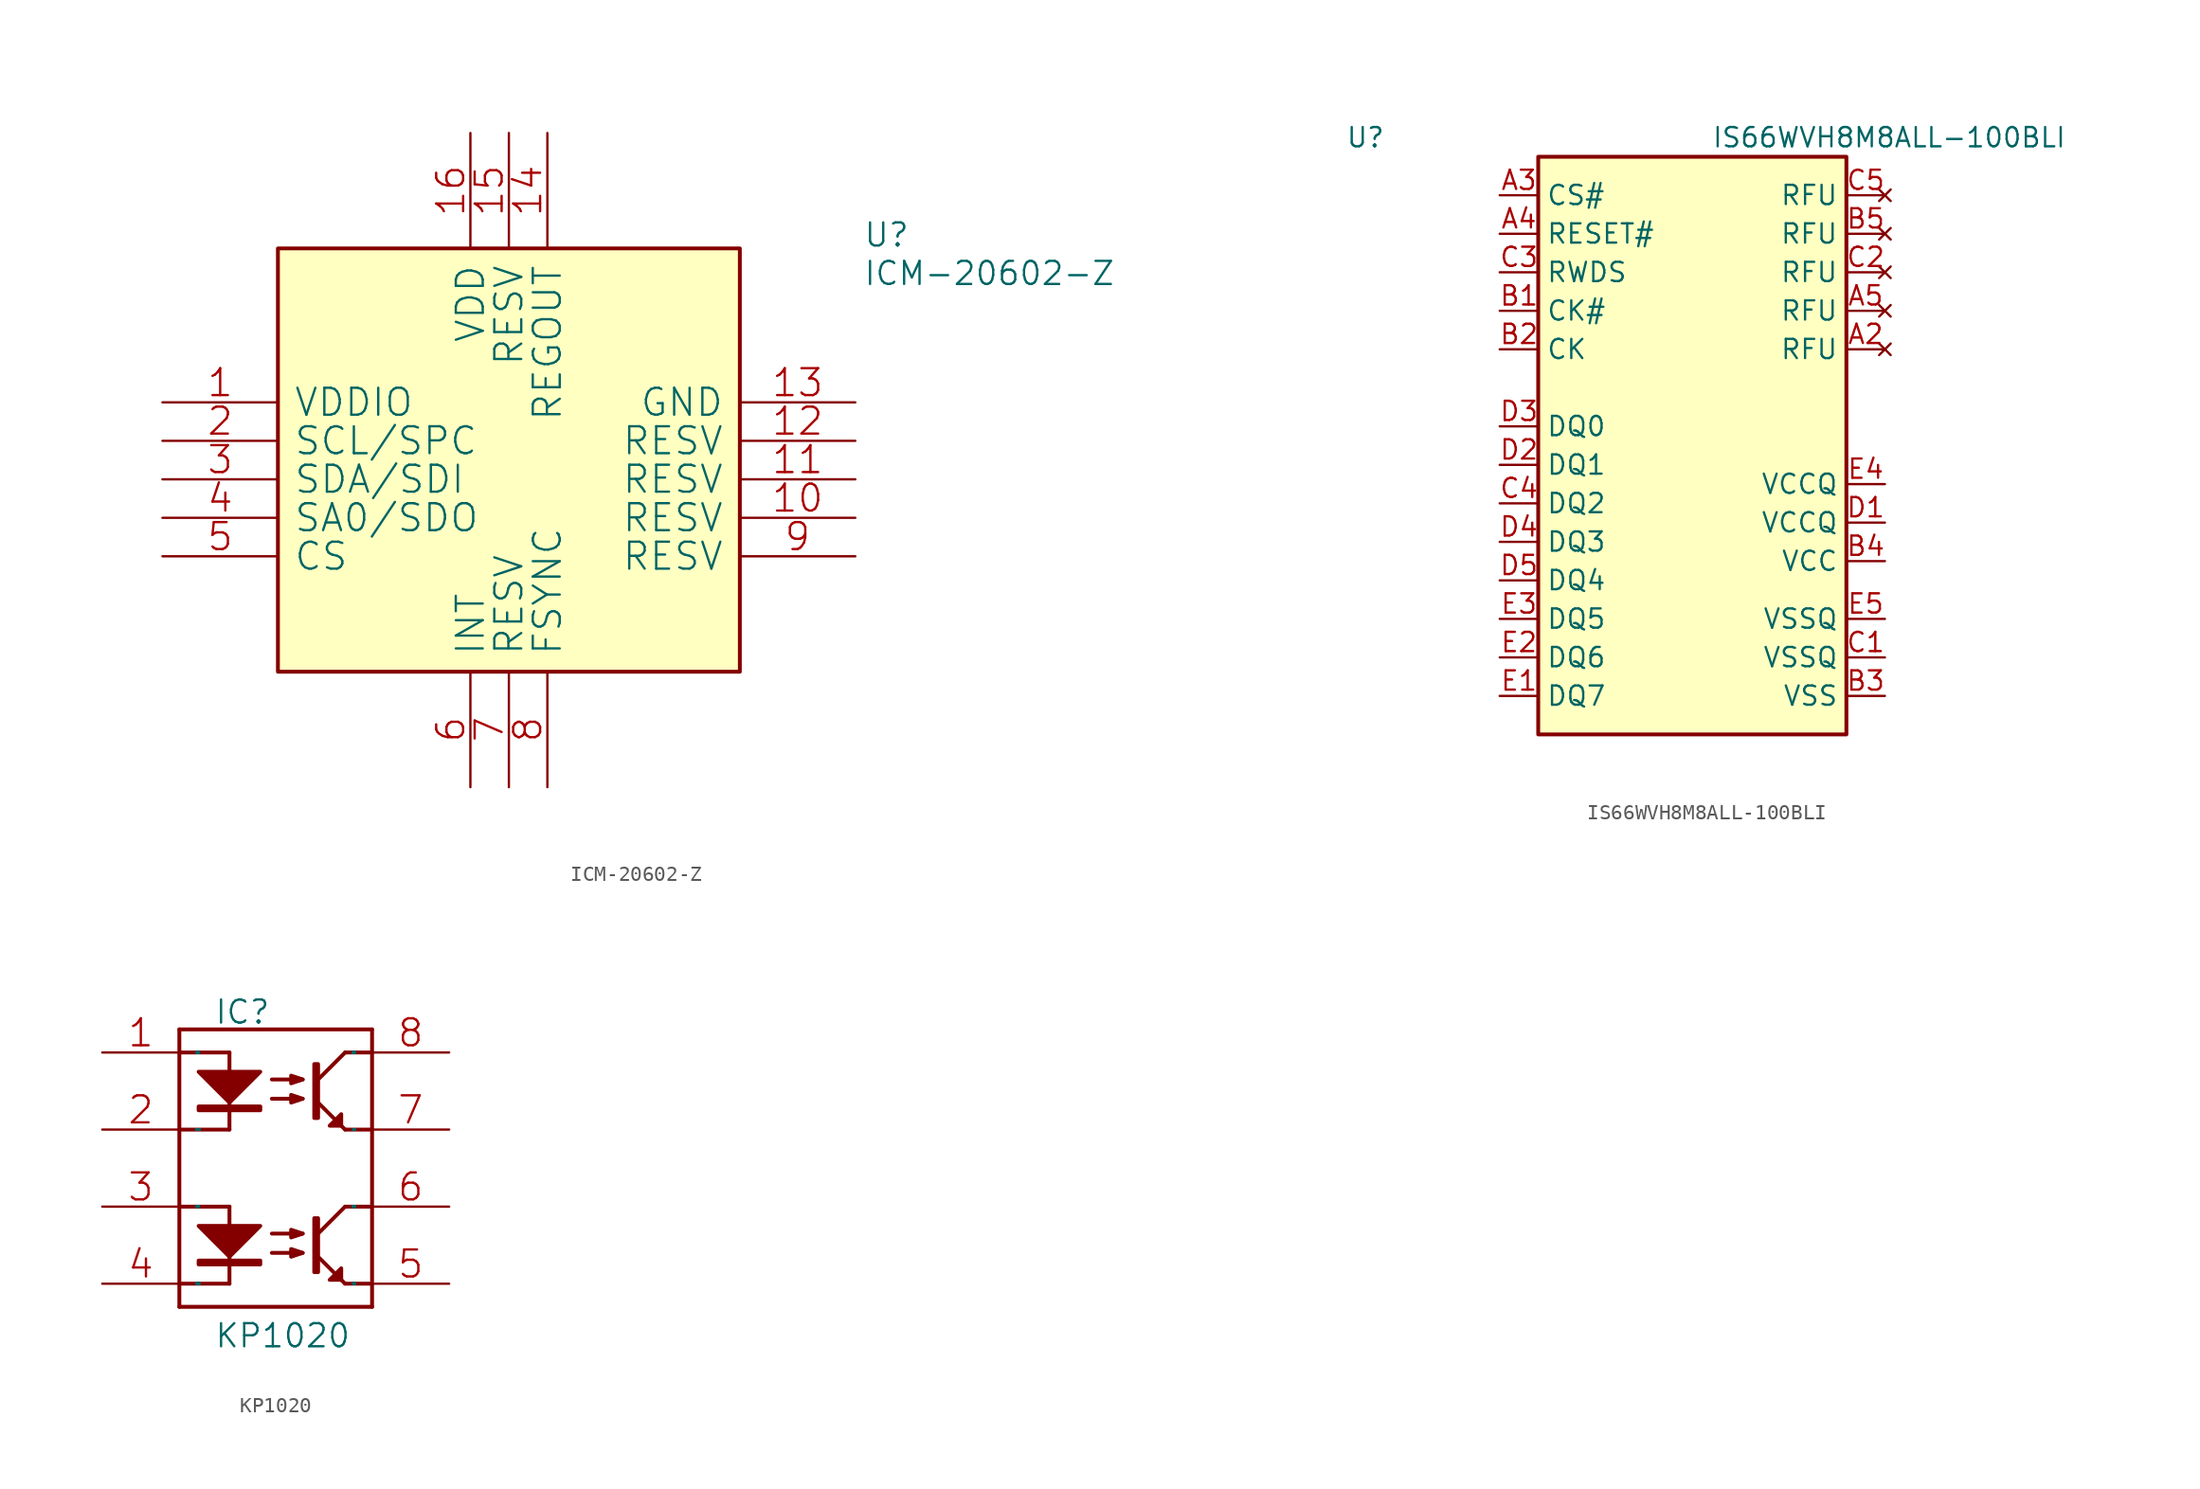
<source format=kicad_sym>
(kicad_symbol_lib
  (version 20201005)
  (generator kicad_symbol_editor)
  (symbol "mSchLibrary:ICM-20602-Z"
    (pin_names
      (offset 1.016))
    (property "Reference" "U"
      (at 20.828 12.7 0)
      (effects (font (size 1.524 1.524)) (justify left bottom)))
    (property "Value" "ICM-20602-Z"
      (at 20.828 10.16 0)
      (effects (font (size 1.524 1.524)) (justify left bottom)))
    (property "Footprint" ""
      (at 0 0 0)
      (effects (font (size 1.524 1.524))))
    (property "Datasheet" ""
      (at 0 0 0)
      (effects (font (size 1.524 1.524))))
    (symbol "ICM-20602-Z_0_1"
      (rectangle (start -17.78 -15.24) (end 12.7 12.7) (stroke (width 0.254)) (fill (type background)))
      (pin passive line (at -25.4 2.54 0) (length 7.62) (name "VDDIO" (effects (font (size 1.778 1.778)))) (number "1" (effects (font (size 1.778 1.778)))))
      (pin passive line (at 20.32 -5.08 180) (length 7.62) (name "RESV" (effects (font (size 1.778 1.778)))) (number "10" (effects (font (size 1.778 1.778)))))
      (pin passive line (at 20.32 -2.54 180) (length 7.62) (name "RESV" (effects (font (size 1.778 1.778)))) (number "11" (effects (font (size 1.778 1.778)))))
      (pin passive line (at 20.32 0 180) (length 7.62) (name "RESV" (effects (font (size 1.778 1.778)))) (number "12" (effects (font (size 1.778 1.778)))))
      (pin passive line (at 20.32 2.54 180) (length 7.62) (name "GND" (effects (font (size 1.778 1.778)))) (number "13" (effects (font (size 1.778 1.778)))))
      (pin passive line (at 0 20.32 270) (length 7.62) (name "REGOUT" (effects (font (size 1.778 1.778)))) (number "14" (effects (font (size 1.778 1.778)))))
      (pin passive line (at -2.54 20.32 270) (length 7.62) (name "RESV" (effects (font (size 1.778 1.778)))) (number "15" (effects (font (size 1.778 1.778)))))
      (pin passive line (at -5.08 20.32 270) (length 7.62) (name "VDD" (effects (font (size 1.778 1.778)))) (number "16" (effects (font (size 1.778 1.778)))))
      (pin passive line (at -25.4 0 0) (length 7.62) (name "SCL/SPC" (effects (font (size 1.778 1.778)))) (number "2" (effects (font (size 1.778 1.778)))))
      (pin passive line (at -25.4 -2.54 0) (length 7.62) (name "SDA/SDI" (effects (font (size 1.778 1.778)))) (number "3" (effects (font (size 1.778 1.778)))))
      (pin passive line (at -25.4 -5.08 0) (length 7.62) (name "SA0/SDO" (effects (font (size 1.778 1.778)))) (number "4" (effects (font (size 1.778 1.778)))))
      (pin passive line (at -25.4 -7.62 0) (length 7.62) (name "CS" (effects (font (size 1.778 1.778)))) (number "5" (effects (font (size 1.778 1.778)))))
      (pin passive line (at -5.08 -22.86 90) (length 7.62) (name "INT" (effects (font (size 1.778 1.778)))) (number "6" (effects (font (size 1.778 1.778)))))
      (pin passive line (at -2.54 -22.86 90) (length 7.62) (name "RESV" (effects (font (size 1.778 1.778)))) (number "7" (effects (font (size 1.778 1.778)))))
      (pin passive line (at 0 -22.86 90) (length 7.62) (name "FSYNC" (effects (font (size 1.778 1.778)))) (number "8" (effects (font (size 1.778 1.778)))))
      (pin passive line (at 20.32 -7.62 180) (length 7.62) (name "RESV" (effects (font (size 1.778 1.778)))) (number "9" (effects (font (size 1.778 1.778)))))))
  (symbol "mSchLibrary:IS66WVH8M8ALL-100BLI"
    (property "Reference" "U"
      (at -22.86 19.05 0)
      (effects (font (size 1.27 1.27)) (justify left)))
    (property "Value" "IS66WVH8M8ALL-100BLI"
      (at 1.27 19.05 0)
      (effects (font (size 1.27 1.27)) (justify left)))
    (symbol "IS66WVH8M8ALL-100BLI_1_1"
      (rectangle (start -10.16 17.78) (end 10.16 -20.32) (stroke (width 0.254)) (fill (type background)))
      (pin no_connect line (at 12.7 5.08 180) (length 2.54) (name "RFU" (effects (font (size 1.27 1.27)))) (number "A2" (effects (font (size 1.27 1.27)))))
      (pin input line (at -12.7 15.24 0) (length 2.54) (name "CS#" (effects (font (size 1.27 1.27)))) (number "A3" (effects (font (size 1.27 1.27)))))
      (pin input line (at -12.7 12.7 0) (length 2.54) (name "RESET#" (effects (font (size 1.27 1.27)))) (number "A4" (effects (font (size 1.27 1.27)))))
      (pin no_connect line (at 12.7 7.62 180) (length 2.54) (name "RFU" (effects (font (size 1.27 1.27)))) (number "A5" (effects (font (size 1.27 1.27)))))
      (pin input line (at -12.7 7.62 0) (length 2.54) (name "CK#" (effects (font (size 1.27 1.27)))) (number "B1" (effects (font (size 1.27 1.27)))))
      (pin input line (at -12.7 5.08 0) (length 2.54) (name "CK" (effects (font (size 1.27 1.27)))) (number "B2" (effects (font (size 1.27 1.27)))))
      (pin power_in line (at 12.7 -17.78 180) (length 2.54) (name "VSS" (effects (font (size 1.27 1.27)))) (number "B3" (effects (font (size 1.27 1.27)))))
      (pin power_in line (at 12.7 -8.89 180) (length 2.54) (name "VCC" (effects (font (size 1.27 1.27)))) (number "B4" (effects (font (size 1.27 1.27)))))
      (pin no_connect line (at 12.7 12.7 180) (length 2.54) (name "RFU" (effects (font (size 1.27 1.27)))) (number "B5" (effects (font (size 1.27 1.27)))))
      (pin power_in line (at 12.7 -15.24 180) (length 2.54) (name "VSSQ" (effects (font (size 1.27 1.27)))) (number "C1" (effects (font (size 1.27 1.27)))))
      (pin no_connect line (at 12.7 10.16 180) (length 2.54) (name "RFU" (effects (font (size 1.27 1.27)))) (number "C2" (effects (font (size 1.27 1.27)))))
      (pin output line (at -12.7 10.16 0) (length 2.54) (name "RWDS" (effects (font (size 1.27 1.27)))) (number "C3" (effects (font (size 1.27 1.27)))))
      (pin bidirectional line (at -12.7 -5.08 0) (length 2.54) (name "DQ2" (effects (font (size 1.27 1.27)))) (number "C4" (effects (font (size 1.27 1.27)))))
      (pin no_connect line (at 12.7 15.24 180) (length 2.54) (name "RFU" (effects (font (size 1.27 1.27)))) (number "C5" (effects (font (size 1.27 1.27)))))
      (pin power_in line (at 12.7 -6.35 180) (length 2.54) (name "VCCQ" (effects (font (size 1.27 1.27)))) (number "D1" (effects (font (size 1.27 1.27)))))
      (pin bidirectional line (at -12.7 -2.54 0) (length 2.54) (name "DQ1" (effects (font (size 1.27 1.27)))) (number "D2" (effects (font (size 1.27 1.27)))))
      (pin bidirectional line (at -12.7 0 0) (length 2.54) (name "DQ0" (effects (font (size 1.27 1.27)))) (number "D3" (effects (font (size 1.27 1.27)))))
      (pin bidirectional line (at -12.7 -7.62 0) (length 2.54) (name "DQ3" (effects (font (size 1.27 1.27)))) (number "D4" (effects (font (size 1.27 1.27)))))
      (pin bidirectional line (at -12.7 -10.16 0) (length 2.54) (name "DQ4" (effects (font (size 1.27 1.27)))) (number "D5" (effects (font (size 1.27 1.27)))))
      (pin bidirectional line (at -12.7 -17.78 0) (length 2.54) (name "DQ7" (effects (font (size 1.27 1.27)))) (number "E1" (effects (font (size 1.27 1.27)))))
      (pin bidirectional line (at -12.7 -15.24 0) (length 2.54) (name "DQ6" (effects (font (size 1.27 1.27)))) (number "E2" (effects (font (size 1.27 1.27)))))
      (pin bidirectional line (at -12.7 -12.7 0) (length 2.54) (name "DQ5" (effects (font (size 1.27 1.27)))) (number "E3" (effects (font (size 1.27 1.27)))))
      (pin power_in line (at 12.7 -3.81 180) (length 2.54) (name "VCCQ" (effects (font (size 1.27 1.27)))) (number "E4" (effects (font (size 1.27 1.27)))))
      (pin power_in line (at 12.7 -12.7 180) (length 2.54) (name "VSSQ" (effects (font (size 1.27 1.27)))) (number "E5" (effects (font (size 1.27 1.27)))))))
  (symbol "mSchLibrary:KP1020"
    (pin_names
      (offset 1.016))
    (property "Reference" "IC"
      (at -5.334 9.398 0)
      (effects (font (size 1.524 1.524)) (justify left bottom)))
    (property "Value" "KP1020"
      (at -5.334 -11.938 0)
      (effects (font (size 1.524 1.524)) (justify left bottom)))
    (property "Footprint" ""
      (at 0 0 0)
      (effects (font (size 1.524 1.524))))
    (property "Datasheet" ""
      (at 0 0 0)
      (effects (font (size 1.524 1.524))))
    (symbol "KP1020_0_1"
      (rectangle (start -6.35 -6.35) (end -2.286 -6.096) (stroke (width 0.254)) (fill (type background)))
      (rectangle (start -6.35 3.81) (end -2.286 4.064) (stroke (width 0.254)) (fill (type background)))
      (polyline (pts (xy -7.62 -9.144) (xy 5.08 -9.144)) (stroke (width 0.254)) (fill (type none)))
      (polyline (pts (xy -7.62 -7.62) (xy -4.318 -7.62)) (stroke (width 0.254)) (fill (type none)))
      (polyline (pts (xy -7.62 -2.54) (xy -4.318 -2.54)) (stroke (width 0.254)) (fill (type none)))
      (polyline (pts (xy -7.62 2.54) (xy -4.318 2.54)) (stroke (width 0.254)) (fill (type none)))
      (polyline (pts (xy -7.62 7.62) (xy -4.318 7.62)) (stroke (width 0.254)) (fill (type none)))
      (polyline (pts (xy -7.62 9.144) (xy -7.62 -9.144)) (stroke (width 0.254)) (fill (type none)))
      (polyline (pts (xy -7.62 9.144) (xy 5.08 9.144)) (stroke (width 0.254)) (fill (type none)))
      (polyline (pts (xy -4.318 -2.54) (xy -4.318 -7.62)) (stroke (width 0.254)) (fill (type none)))
      (polyline (pts (xy -4.318 7.62) (xy -4.318 2.54)) (stroke (width 0.254)) (fill (type none)))
      (polyline (pts (xy 0.508 -5.588) (xy -1.524 -5.588)) (stroke (width 0.254)) (fill (type none)))
      (polyline (pts (xy 0.508 -4.318) (xy -1.524 -4.318)) (stroke (width 0.254)) (fill (type none)))
      (polyline (pts (xy 0.508 4.572) (xy -1.524 4.572)) (stroke (width 0.254)) (fill (type none)))
      (polyline (pts (xy 0.508 5.842) (xy -1.524 5.842)) (stroke (width 0.254)) (fill (type none)))
      (polyline (pts (xy 1.524 -5.842) (xy 2.54 -6.858)) (stroke (width 0.254)) (fill (type none)))
      (polyline (pts (xy 1.524 4.318) (xy 2.54 3.302)) (stroke (width 0.254)) (fill (type none)))
      (polyline (pts (xy 3.048 -7.366) (xy 3.302 -7.62)) (stroke (width 0.254)) (fill (type none)))
      (polyline (pts (xy 3.048 2.794) (xy 3.302 2.54)) (stroke (width 0.254)) (fill (type none)))
      (polyline (pts (xy 3.302 -7.62) (xy 5.08 -7.62)) (stroke (width 0.254)) (fill (type none)))
      (polyline (pts (xy 3.302 -2.54) (xy 1.524 -4.318)) (stroke (width 0.254)) (fill (type none)))
      (polyline (pts (xy 3.302 -2.54) (xy 5.08 -2.54)) (stroke (width 0.254)) (fill (type none)))
      (polyline (pts (xy 3.302 2.54) (xy 5.08 2.54)) (stroke (width 0.254)) (fill (type none)))
      (polyline (pts (xy 3.302 7.62) (xy 1.524 5.842)) (stroke (width 0.254)) (fill (type none)))
      (polyline (pts (xy 3.302 7.62) (xy 5.08 7.62)) (stroke (width 0.254)) (fill (type none)))
      (polyline (pts (xy 5.08 9.144) (xy 5.08 -9.144)) (stroke (width 0.254)) (fill (type none)))
      (polyline (pts (xy -6.35 -3.81) (xy -2.286 -3.81) (xy -4.318 -5.842) (xy -6.35 -3.81)) (stroke (width 0.254)) (fill (type outline)))
      (polyline (pts (xy -6.35 6.35) (xy -2.286 6.35) (xy -4.318 4.318) (xy -6.35 6.35)) (stroke (width 0.254)) (fill (type outline)))
      (polyline (pts (xy 0.508 -5.588) (xy -0.254 -5.334) (xy -0.254 -5.842) (xy 0.508 -5.588)) (stroke (width 0.254)) (fill (type none)))
      (polyline (pts (xy 0.508 -4.318) (xy -0.254 -4.064) (xy -0.254 -4.572) (xy 0.508 -4.318)) (stroke (width 0.254)) (fill (type none)))
      (polyline (pts (xy 0.508 4.572) (xy -0.254 4.826) (xy -0.254 4.318) (xy 0.508 4.572)) (stroke (width 0.254)) (fill (type none)))
      (polyline (pts (xy 0.508 5.842) (xy -0.254 6.096) (xy -0.254 5.588) (xy 0.508 5.842)) (stroke (width 0.254)) (fill (type none)))
      (polyline (pts (xy 3.048 -6.604) (xy 3.048 -7.366) (xy 2.286 -7.366) (xy 3.048 -6.604)) (stroke (width 0.254)) (fill (type outline)))
      (polyline (pts (xy 3.048 3.556) (xy 3.048 2.794) (xy 2.286 2.794) (xy 3.048 3.556)) (stroke (width 0.254)) (fill (type outline)))
      (polyline (pts (xy 1.27 -3.302) (xy 1.27 -6.858) (xy 1.524 -6.858) (xy 1.524 -3.302) (xy 1.27 -3.302)) (stroke (width 0.254)) (fill (type outline)))
      (polyline (pts (xy 1.27 6.858) (xy 1.27 3.302) (xy 1.524 3.302) (xy 1.524 6.858) (xy 1.27 6.858)) (stroke (width 0.254)) (fill (type outline)))
      (pin passive line (at -12.7 7.62 0) (length 5.08) (name "LEDAnode" (effects (font (size 0.025 0.025)))) (number "1" (effects (font (size 1.778 1.778)))))
      (pin passive line (at -12.7 2.54 0) (length 5.08) (name "LEDCathode" (effects (font (size 0.025 0.025)))) (number "2" (effects (font (size 1.778 1.778)))))
      (pin passive line (at -12.7 -2.54 0) (length 5.08) (name "LEDAnode" (effects (font (size 0.025 0.025)))) (number "3" (effects (font (size 1.778 1.778)))))
      (pin passive line (at -12.7 -7.62 0) (length 5.08) (name "LEDCathode" (effects (font (size 0.025 0.025)))) (number "4" (effects (font (size 1.778 1.778)))))
      (pin passive line (at 10.16 -7.62 180) (length 5.08) (name "Emitter" (effects (font (size 0.025 0.025)))) (number "5" (effects (font (size 1.778 1.778)))))
      (pin passive line (at 10.16 -2.54 180) (length 5.08) (name "Collector" (effects (font (size 0.025 0.025)))) (number "6" (effects (font (size 1.778 1.778)))))
      (pin passive line (at 10.16 2.54 180) (length 5.08) (name "Emitter" (effects (font (size 0.025 0.025)))) (number "7" (effects (font (size 1.778 1.778)))))
      (pin passive line (at 10.16 7.62 180) (length 5.08) (name "Collector" (effects (font (size 0.025 0.025)))) (number "8" (effects (font (size 1.778 1.778))))))))
</source>
